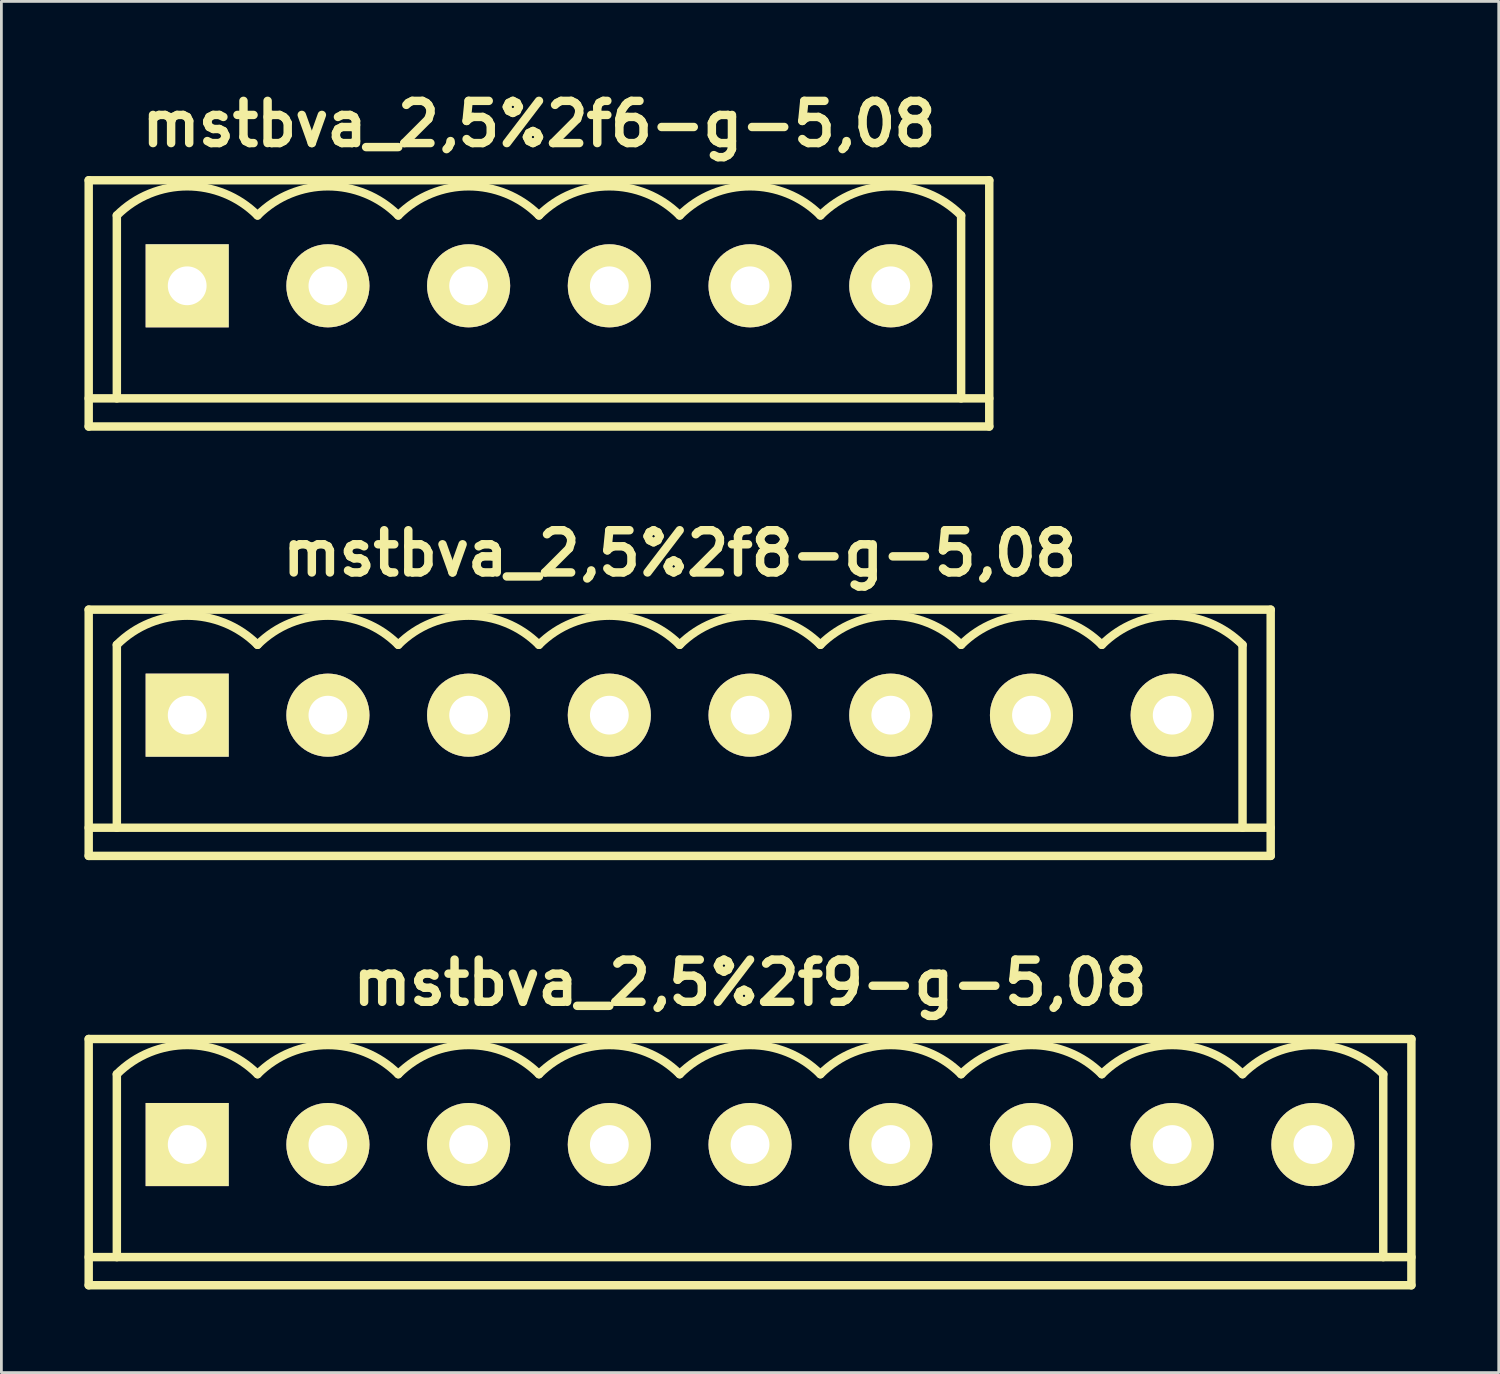
<source format=kicad_pcb>
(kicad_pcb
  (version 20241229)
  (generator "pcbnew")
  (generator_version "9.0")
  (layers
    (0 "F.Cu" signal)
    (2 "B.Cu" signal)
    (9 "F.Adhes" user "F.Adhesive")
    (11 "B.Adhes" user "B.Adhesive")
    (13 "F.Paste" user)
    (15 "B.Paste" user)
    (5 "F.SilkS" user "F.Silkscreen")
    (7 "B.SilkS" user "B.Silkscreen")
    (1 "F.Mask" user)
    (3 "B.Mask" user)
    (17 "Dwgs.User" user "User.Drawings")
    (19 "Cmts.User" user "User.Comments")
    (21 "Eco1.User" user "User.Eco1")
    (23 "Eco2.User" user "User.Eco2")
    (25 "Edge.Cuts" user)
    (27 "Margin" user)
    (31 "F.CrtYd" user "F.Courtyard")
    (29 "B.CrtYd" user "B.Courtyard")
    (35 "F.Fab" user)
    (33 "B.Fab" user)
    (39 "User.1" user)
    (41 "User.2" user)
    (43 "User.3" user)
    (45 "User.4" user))
  (footprint "mstbva_2,5%2f9-g-5,08"
    (layer "F.Cu")
    (at 24.028 38.27)
    (property "Reference" "mstbva_2,5%2f9-g-5,08" (at 0 -5.842 0) (layer "F.SilkS") (effects (font (size 1.524 1.524) (thickness 0.305))))
    (attr through_hole)
    (fp_line (start -23.876 -3.81) (end -23.876 5.08) (stroke (width 0.305) (type solid)) (layer "F.SilkS"))
    (fp_line (start -23.876 4.064) (end 23.876 4.064) (stroke (width 0.305) (type solid)) (layer "F.SilkS"))
    (fp_line (start -22.86 -2.54) (end -22.86 4.064) (stroke (width 0.305) (type solid)) (layer "F.SilkS"))
    (fp_line (start 22.86 -2.54) (end 22.86 4.064) (stroke (width 0.305) (type solid)) (layer "F.SilkS"))
    (fp_line (start 23.876 -3.81) (end -23.876 -3.81) (stroke (width 0.305) (type solid)) (layer "F.SilkS"))
    (fp_line (start 23.876 5.08) (end -23.876 5.08) (stroke (width 0.305) (type solid)) (layer "F.SilkS"))
    (fp_line (start 23.876 5.08) (end 23.876 -3.81) (stroke (width 0.305) (type solid)) (layer "F.SilkS"))
    (fp_arc (start -22.86 -2.54) (mid -20.32 -3.592102) (end -17.78 -2.54) (stroke (width 0.3048) (type solid)) (layer "F.SilkS"))
    (fp_arc (start -17.78 -2.54) (mid -15.24 -3.592102) (end -12.7 -2.54) (stroke (width 0.3048) (type solid)) (layer "F.SilkS"))
    (fp_arc (start -12.7 -2.54) (mid -10.16 -3.592102) (end -7.62 -2.54) (stroke (width 0.3048) (type solid)) (layer "F.SilkS"))
    (fp_arc (start -7.62 -2.54) (mid -5.08 -3.592102) (end -2.54 -2.54) (stroke (width 0.3048) (type solid)) (layer "F.SilkS"))
    (fp_arc (start -2.54 -2.54) (mid 0 -3.592102) (end 2.54 -2.54) (stroke (width 0.3048) (type solid)) (layer "F.SilkS"))
    (fp_arc (start 2.54 -2.54) (mid 5.08 -3.592102) (end 7.62 -2.54) (stroke (width 0.3048) (type solid)) (layer "F.SilkS"))
    (fp_arc (start 7.62 -2.54) (mid 10.16 -3.592102) (end 12.7 -2.54) (stroke (width 0.3048) (type solid)) (layer "F.SilkS"))
    (fp_arc (start 12.7 -2.54) (mid 15.24 -3.592102) (end 17.78 -2.54) (stroke (width 0.3048) (type solid)) (layer "F.SilkS"))
    (fp_arc (start 17.78 -2.54) (mid 20.32 -3.592102) (end 22.86 -2.54) (stroke (width 0.3048) (type solid)) (layer "F.SilkS"))
    (pad "1" thru_hole rect (at -20.32 0) (size 3 3) (drill 1.4) (layers "*.Cu" "*.Mask" "F.SilkS"))
    (pad "2" thru_hole circle (at -15.24 0) (size 3 3) (drill 1.4) (layers "*.Cu" "*.Mask" "F.SilkS"))
    (pad "3" thru_hole circle (at -10.16 0) (size 3 3) (drill 1.4) (layers "*.Cu" "*.Mask" "F.SilkS"))
    (pad "4" thru_hole circle (at -5.08 0) (size 3 3) (drill 1.4) (layers "*.Cu" "*.Mask" "F.SilkS"))
    (pad "5" thru_hole circle (at 0 0) (size 3 3) (drill 1.4) (layers "*.Cu" "*.Mask" "F.SilkS"))
    (pad "6" thru_hole circle (at 5.08 0) (size 3 3) (drill 1.4) (layers "*.Cu" "*.Mask" "F.SilkS"))
    (pad "7" thru_hole circle (at 10.16 0) (size 3 3) (drill 1.4) (layers "*.Cu" "*.Mask" "F.SilkS"))
    (pad "8" thru_hole circle (at 15.24 0) (size 3 3) (drill 1.4) (layers "*.Cu" "*.Mask" "F.SilkS"))
    (pad "9" thru_hole circle (at 20.32 0) (size 3 3) (drill 1.4) (layers "*.Cu" "*.Mask" "F.SilkS")))
  (footprint "mstbva_2,5%2f8-g-5,08"
    (layer "F.Cu")
    (at 21.488 22.769)
    (property "Reference" "mstbva_2,5%2f8-g-5,08" (at 0 -5.842 0) (layer "F.SilkS") (effects (font (size 1.524 1.524) (thickness 0.305))))
    (attr through_hole)
    (fp_line (start -21.336 -3.81) (end -21.336 5.08) (stroke (width 0.305) (type solid)) (layer "F.SilkS"))
    (fp_line (start -21.336 5.08) (end 21.336 5.08) (stroke (width 0.305) (type solid)) (layer "F.SilkS"))
    (fp_line (start -20.32 -2.54) (end -20.32 4.064) (stroke (width 0.305) (type solid)) (layer "F.SilkS"))
    (fp_line (start 20.32 -2.54) (end 20.32 4.064) (stroke (width 0.305) (type solid)) (layer "F.SilkS"))
    (fp_line (start 21.336 -3.81) (end -21.336 -3.81) (stroke (width 0.305) (type solid)) (layer "F.SilkS"))
    (fp_line (start 21.336 4.064) (end -21.336 4.064) (stroke (width 0.305) (type solid)) (layer "F.SilkS"))
    (fp_line (start 21.336 5.08) (end 21.336 -3.81) (stroke (width 0.305) (type solid)) (layer "F.SilkS"))
    (fp_arc (start -20.32 -2.54) (mid -17.78 -3.592102) (end -15.24 -2.54) (stroke (width 0.3048) (type solid)) (layer "F.SilkS"))
    (fp_arc (start -15.24 -2.54) (mid -12.7 -3.592102) (end -10.16 -2.54) (stroke (width 0.3048) (type solid)) (layer "F.SilkS"))
    (fp_arc (start -10.16 -2.54) (mid -7.62 -3.592102) (end -5.08 -2.54) (stroke (width 0.3048) (type solid)) (layer "F.SilkS"))
    (fp_arc (start -5.08 -2.54) (mid -2.54 -3.592102) (end 0 -2.54) (stroke (width 0.3048) (type solid)) (layer "F.SilkS"))
    (fp_arc (start 0 -2.54) (mid 2.54 -3.592102) (end 5.08 -2.54) (stroke (width 0.3048) (type solid)) (layer "F.SilkS"))
    (fp_arc (start 5.08 -2.54) (mid 7.62 -3.592102) (end 10.16 -2.54) (stroke (width 0.3048) (type solid)) (layer "F.SilkS"))
    (fp_arc (start 10.16 -2.54) (mid 12.7 -3.592102) (end 15.24 -2.54) (stroke (width 0.3048) (type solid)) (layer "F.SilkS"))
    (fp_arc (start 15.24 -2.54) (mid 17.78 -3.592102) (end 20.32 -2.54) (stroke (width 0.3048) (type solid)) (layer "F.SilkS"))
    (pad "1" thru_hole rect (at -17.78 0) (size 3 3) (drill 1.4) (layers "*.Cu" "*.Mask" "F.SilkS"))
    (pad "2" thru_hole circle (at -12.7 0) (size 3 3) (drill 1.4) (layers "*.Cu" "*.Mask" "F.SilkS"))
    (pad "3" thru_hole circle (at -7.62 0) (size 3 3) (drill 1.4) (layers "*.Cu" "*.Mask" "F.SilkS"))
    (pad "4" thru_hole circle (at -2.54 0) (size 3 3) (drill 1.4) (layers "*.Cu" "*.Mask" "F.SilkS"))
    (pad "5" thru_hole circle (at 2.54 0) (size 3 3) (drill 1.4) (layers "*.Cu" "*.Mask" "F.SilkS"))
    (pad "6" thru_hole circle (at 7.62 0) (size 3 3) (drill 1.4) (layers "*.Cu" "*.Mask" "F.SilkS"))
    (pad "7" thru_hole circle (at 12.7 0) (size 3 3) (drill 1.4) (layers "*.Cu" "*.Mask" "F.SilkS"))
    (pad "8" thru_hole circle (at 17.78 0) (size 3 3) (drill 1.4) (layers "*.Cu" "*.Mask" "F.SilkS")))
  (footprint "mstbva_2,5%2f6-g-5,08"
    (layer "F.Cu")
    (at 16.408 7.268)
    (property "Reference" "mstbva_2,5%2f6-g-5,08" (at 0 -5.842 0) (layer "F.SilkS") (effects (font (size 1.524 1.524) (thickness 0.305))))
    (attr through_hole)
    (fp_line (start -16.256 -3.81) (end -16.256 5.08) (stroke (width 0.305) (type solid)) (layer "F.SilkS"))
    (fp_line (start -16.256 4.064) (end 16.256 4.064) (stroke (width 0.305) (type solid)) (layer "F.SilkS"))
    (fp_line (start -15.24 -2.54) (end -15.24 4.064) (stroke (width 0.305) (type solid)) (layer "F.SilkS"))
    (fp_line (start 15.24 -2.54) (end 15.24 4.064) (stroke (width 0.305) (type solid)) (layer "F.SilkS"))
    (fp_line (start 16.256 -3.81) (end -16.256 -3.81) (stroke (width 0.305) (type solid)) (layer "F.SilkS"))
    (fp_line (start 16.256 5.08) (end -16.256 5.08) (stroke (width 0.305) (type solid)) (layer "F.SilkS"))
    (fp_line (start 16.256 5.08) (end 16.256 -3.81) (stroke (width 0.305) (type solid)) (layer "F.SilkS"))
    (fp_arc (start -15.24 -2.54) (mid -12.7 -3.592102) (end -10.16 -2.54) (stroke (width 0.3048) (type solid)) (layer "F.SilkS"))
    (fp_arc (start -10.16 -2.54) (mid -7.62 -3.592102) (end -5.08 -2.54) (stroke (width 0.3048) (type solid)) (layer "F.SilkS"))
    (fp_arc (start -5.08 -2.54) (mid -2.54 -3.592102) (end 0 -2.54) (stroke (width 0.3048) (type solid)) (layer "F.SilkS"))
    (fp_arc (start 0 -2.54) (mid 2.54 -3.592102) (end 5.08 -2.54) (stroke (width 0.3048) (type solid)) (layer "F.SilkS"))
    (fp_arc (start 5.08 -2.54) (mid 7.62 -3.592102) (end 10.16 -2.54) (stroke (width 0.3048) (type solid)) (layer "F.SilkS"))
    (fp_arc (start 10.16 -2.54) (mid 12.7 -3.592102) (end 15.24 -2.54) (stroke (width 0.3048) (type solid)) (layer "F.SilkS"))
    (pad "1" thru_hole rect (at -12.7 0) (size 3 3) (drill 1.4) (layers "*.Cu" "*.Mask" "F.SilkS"))
    (pad "2" thru_hole circle (at -7.62 0) (size 3 3) (drill 1.4) (layers "*.Cu" "*.Mask" "F.SilkS"))
    (pad "3" thru_hole circle (at -2.54 0) (size 3 3) (drill 1.4) (layers "*.Cu" "*.Mask" "F.SilkS"))
    (pad "4" thru_hole circle (at 2.54 0) (size 3 3) (drill 1.4) (layers "*.Cu" "*.Mask" "F.SilkS"))
    (pad "5" thru_hole circle (at 7.62 0) (size 3 3) (drill 1.4) (layers "*.Cu" "*.Mask" "F.SilkS"))
    (pad "6" thru_hole circle (at 12.7 0) (size 3 3) (drill 1.4) (layers "*.Cu" "*.Mask" "F.SilkS")))
  (gr_rect
    (start -3 -3)
    (end 51.057 46.503)
    (stroke (width 0.1) (type default))
    (fill no)
    (layer "Edge.Cuts")))
</source>
